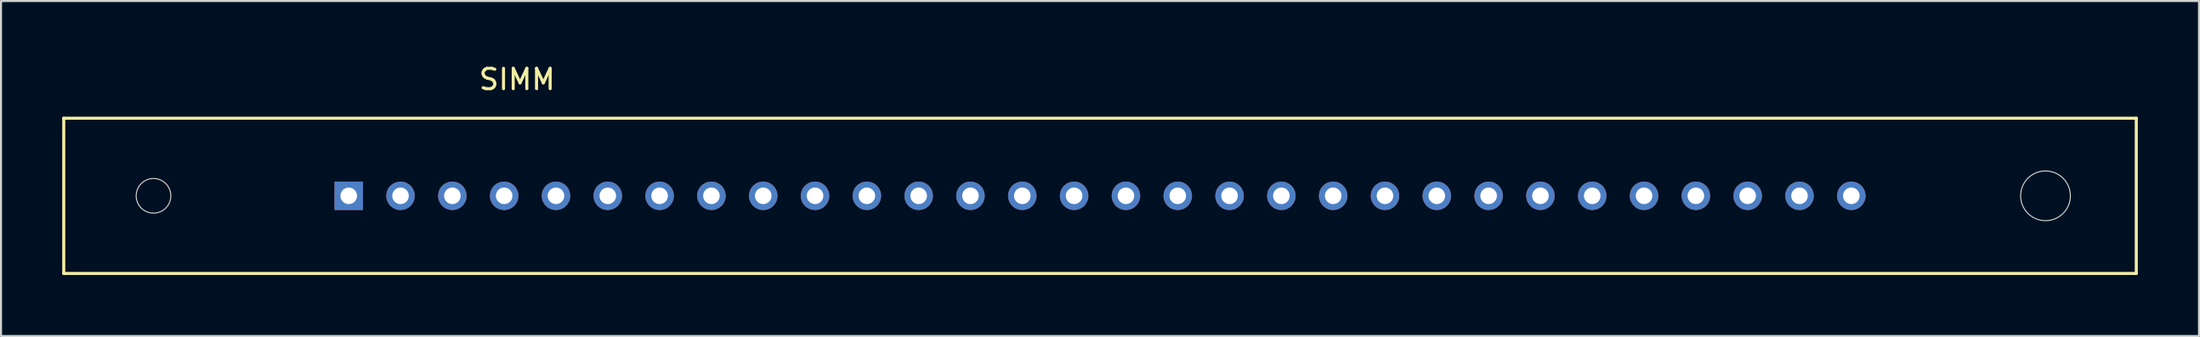
<source format=kicad_pcb>
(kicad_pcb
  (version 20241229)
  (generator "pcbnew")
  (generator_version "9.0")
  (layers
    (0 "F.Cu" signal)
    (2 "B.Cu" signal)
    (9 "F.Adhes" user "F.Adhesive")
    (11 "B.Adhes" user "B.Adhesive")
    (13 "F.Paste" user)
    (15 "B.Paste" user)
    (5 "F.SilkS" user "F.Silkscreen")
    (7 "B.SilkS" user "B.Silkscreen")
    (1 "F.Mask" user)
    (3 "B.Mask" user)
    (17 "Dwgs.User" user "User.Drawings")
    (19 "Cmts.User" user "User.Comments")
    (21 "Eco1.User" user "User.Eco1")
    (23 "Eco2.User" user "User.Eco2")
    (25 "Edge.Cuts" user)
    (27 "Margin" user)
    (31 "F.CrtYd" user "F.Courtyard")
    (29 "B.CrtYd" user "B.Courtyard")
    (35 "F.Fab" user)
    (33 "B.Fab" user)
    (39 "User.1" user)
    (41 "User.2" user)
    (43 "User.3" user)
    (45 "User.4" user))
  (footprint "SIMM"
    (layer "F.Cu")
    (at 50.875 6.563)
    (property "Reference" "SIMM" (at -28.575 -5.715 0) (layer "F.SilkS") (effects (font (size 1 1) (thickness 0.15))))
    (attr through_hole)
    (fp_line (start -50.8 -3.81) (end 50.8 -3.81) (stroke (width 0.15) (type solid)) (layer "F.SilkS"))
    (fp_line (start -50.8 3.81) (end -50.8 -3.81) (stroke (width 0.15) (type solid)) (layer "F.SilkS"))
    (fp_line (start 50.8 -3.81) (end 50.8 3.81) (stroke (width 0.15) (type solid)) (layer "F.SilkS"))
    (fp_line (start 50.8 3.81) (end -50.8 3.81) (stroke (width 0.15) (type solid)) (layer "F.SilkS"))
    (fp_circle (center -46.4 0) (end -45.55 0) (stroke (width 0.05) (type default)) (fill no) (layer "Edge.Cuts"))
    (fp_circle (center 46.35 0) (end 47.57 0) (stroke (width 0.05) (type default)) (fill no) (layer "Edge.Cuts"))
    (pad "1" thru_hole rect (at -36.83 0) (size 1.397 1.397) (drill 0.813) (layers "*.Cu" "*.Mask"))
    (pad "2" thru_hole circle (at -34.29 0) (size 1.397 1.397) (drill 0.813) (layers "*.Cu" "*.Mask"))
    (pad "3" thru_hole circle (at -31.75 0) (size 1.397 1.397) (drill 0.813) (layers "*.Cu" "*.Mask"))
    (pad "4" thru_hole circle (at -29.21 0) (size 1.397 1.397) (drill 0.813) (layers "*.Cu" "*.Mask"))
    (pad "5" thru_hole circle (at -26.67 0) (size 1.397 1.397) (drill 0.813) (layers "*.Cu" "*.Mask"))
    (pad "6" thru_hole circle (at -24.13 0) (size 1.397 1.397) (drill 0.813) (layers "*.Cu" "*.Mask"))
    (pad "7" thru_hole circle (at -21.59 0) (size 1.397 1.397) (drill 0.813) (layers "*.Cu" "*.Mask"))
    (pad "8" thru_hole circle (at -19.05 0) (size 1.397 1.397) (drill 0.813) (layers "*.Cu" "*.Mask"))
    (pad "9" thru_hole circle (at -16.51 0) (size 1.397 1.397) (drill 0.813) (layers "*.Cu" "*.Mask"))
    (pad "10" thru_hole circle (at -13.97 0) (size 1.397 1.397) (drill 0.813) (layers "*.Cu" "*.Mask"))
    (pad "11" thru_hole circle (at -11.43 0) (size 1.397 1.397) (drill 0.813) (layers "*.Cu" "*.Mask"))
    (pad "12" thru_hole circle (at -8.89 0) (size 1.397 1.397) (drill 0.813) (layers "*.Cu" "*.Mask"))
    (pad "13" thru_hole circle (at -6.35 0) (size 1.397 1.397) (drill 0.813) (layers "*.Cu" "*.Mask"))
    (pad "14" thru_hole circle (at -3.81 0) (size 1.397 1.397) (drill 0.813) (layers "*.Cu" "*.Mask"))
    (pad "15" thru_hole circle (at -1.27 0) (size 1.397 1.397) (drill 0.813) (layers "*.Cu" "*.Mask"))
    (pad "16" thru_hole circle (at 1.27 0) (size 1.397 1.397) (drill 0.813) (layers "*.Cu" "*.Mask"))
    (pad "17" thru_hole circle (at 3.81 0) (size 1.397 1.397) (drill 0.813) (layers "*.Cu" "*.Mask"))
    (pad "18" thru_hole circle (at 6.35 0) (size 1.397 1.397) (drill 0.813) (layers "*.Cu" "*.Mask"))
    (pad "19" thru_hole circle (at 8.89 0) (size 1.397 1.397) (drill 0.813) (layers "*.Cu" "*.Mask"))
    (pad "20" thru_hole circle (at 11.43 0) (size 1.397 1.397) (drill 0.813) (layers "*.Cu" "*.Mask"))
    (pad "21" thru_hole circle (at 13.97 0) (size 1.397 1.397) (drill 0.813) (layers "*.Cu" "*.Mask"))
    (pad "22" thru_hole circle (at 16.51 0) (size 1.397 1.397) (drill 0.813) (layers "*.Cu" "*.Mask"))
    (pad "23" thru_hole circle (at 19.05 0) (size 1.397 1.397) (drill 0.813) (layers "*.Cu" "*.Mask"))
    (pad "24" thru_hole circle (at 21.59 0) (size 1.397 1.397) (drill 0.813) (layers "*.Cu" "*.Mask"))
    (pad "25" thru_hole circle (at 24.13 0) (size 1.397 1.397) (drill 0.813) (layers "*.Cu" "*.Mask"))
    (pad "26" thru_hole circle (at 26.67 0) (size 1.397 1.397) (drill 0.813) (layers "*.Cu" "*.Mask"))
    (pad "27" thru_hole circle (at 29.21 0) (size 1.397 1.397) (drill 0.813) (layers "*.Cu" "*.Mask"))
    (pad "28" thru_hole circle (at 31.75 0) (size 1.397 1.397) (drill 0.813) (layers "*.Cu" "*.Mask"))
    (pad "29" thru_hole circle (at 34.29 0) (size 1.397 1.397) (drill 0.813) (layers "*.Cu" "*.Mask"))
    (pad "30" thru_hole circle (at 36.83 0) (size 1.397 1.397) (drill 0.813) (layers "*.Cu" "*.Mask")))
  (gr_rect
    (start -3 -3)
    (end 104.75 13.448)
    (stroke (width 0.1) (type default))
    (fill no)
    (layer "Edge.Cuts")))
</source>
